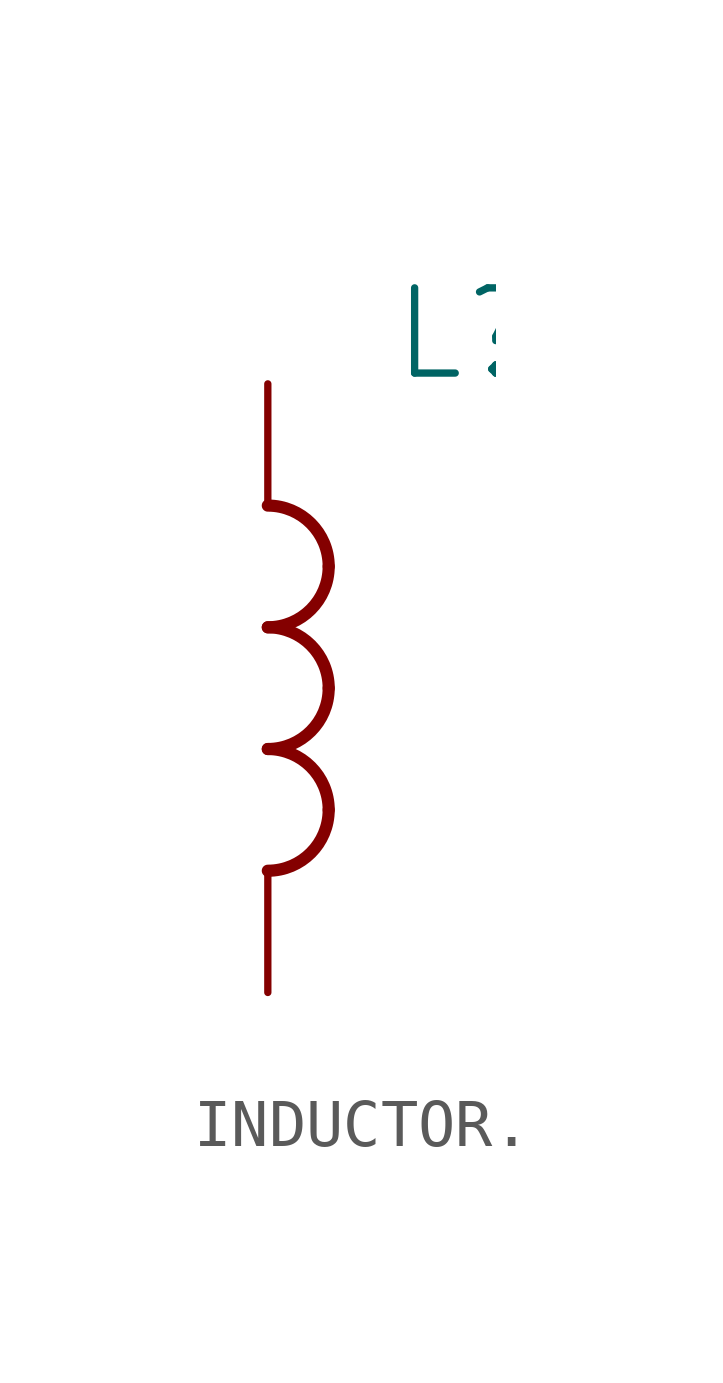
<source format=kicad_sym>
(kicad_symbol_lib
  (version 20231120)
  (generator "kicad_symbol_editor")
  (generator_version "8.0")
  (symbol "INDUCTOR."
    (property "Reference" "L"
      (at 2.54 5.08 0)
      (effects (font (size 1.778 1.778)) (justify left bottom)))
    (property "Value" ""
      (at 2.54 -5.08 0)
      (effects (font (size 1.778 1.778)) (justify left bottom)))
    (property "ki_locked" ""
      (at 0 0 0)
      (effects (font (size 1.27 1.27))))
    (symbol "INDUCTOR._1_0"
      (arc (start 0 -5.08) (mid 0.898 -4.708) (end 1.27 -3.81) (stroke (width 0.254) (type solid)) (fill (type none)))
      (arc (start 0 -2.54) (mid 0.898 -2.168) (end 1.27 -1.27) (stroke (width 0.254) (type solid)) (fill (type none)))
      (arc (start 0 0) (mid 0.898 0.372) (end 1.27 1.27) (stroke (width 0.254) (type solid)) (fill (type none)))
      (arc (start 1.27 -3.81) (mid 0.898 -2.912) (end 0 -2.54) (stroke (width 0.254) (type solid)) (fill (type none)))
      (arc (start 1.27 -1.27) (mid 0.898 -0.372) (end 0 0) (stroke (width 0.254) (type solid)) (fill (type none)))
      (arc (start 1.27 1.27) (mid 0.898 2.168) (end 0 2.54) (stroke (width 0.254) (type solid)) (fill (type none)))
      (pin passive line (at 0 5.08 270) (length 2.54) (name "1" (effects (font (size 0 0)))) (number "P$1" (effects (font (size 0 0)))))
      (pin passive line (at 0 -7.62 90) (length 2.54) (name "2" (effects (font (size 0 0)))) (number "P$2" (effects (font (size 0 0))))))))
</source>
